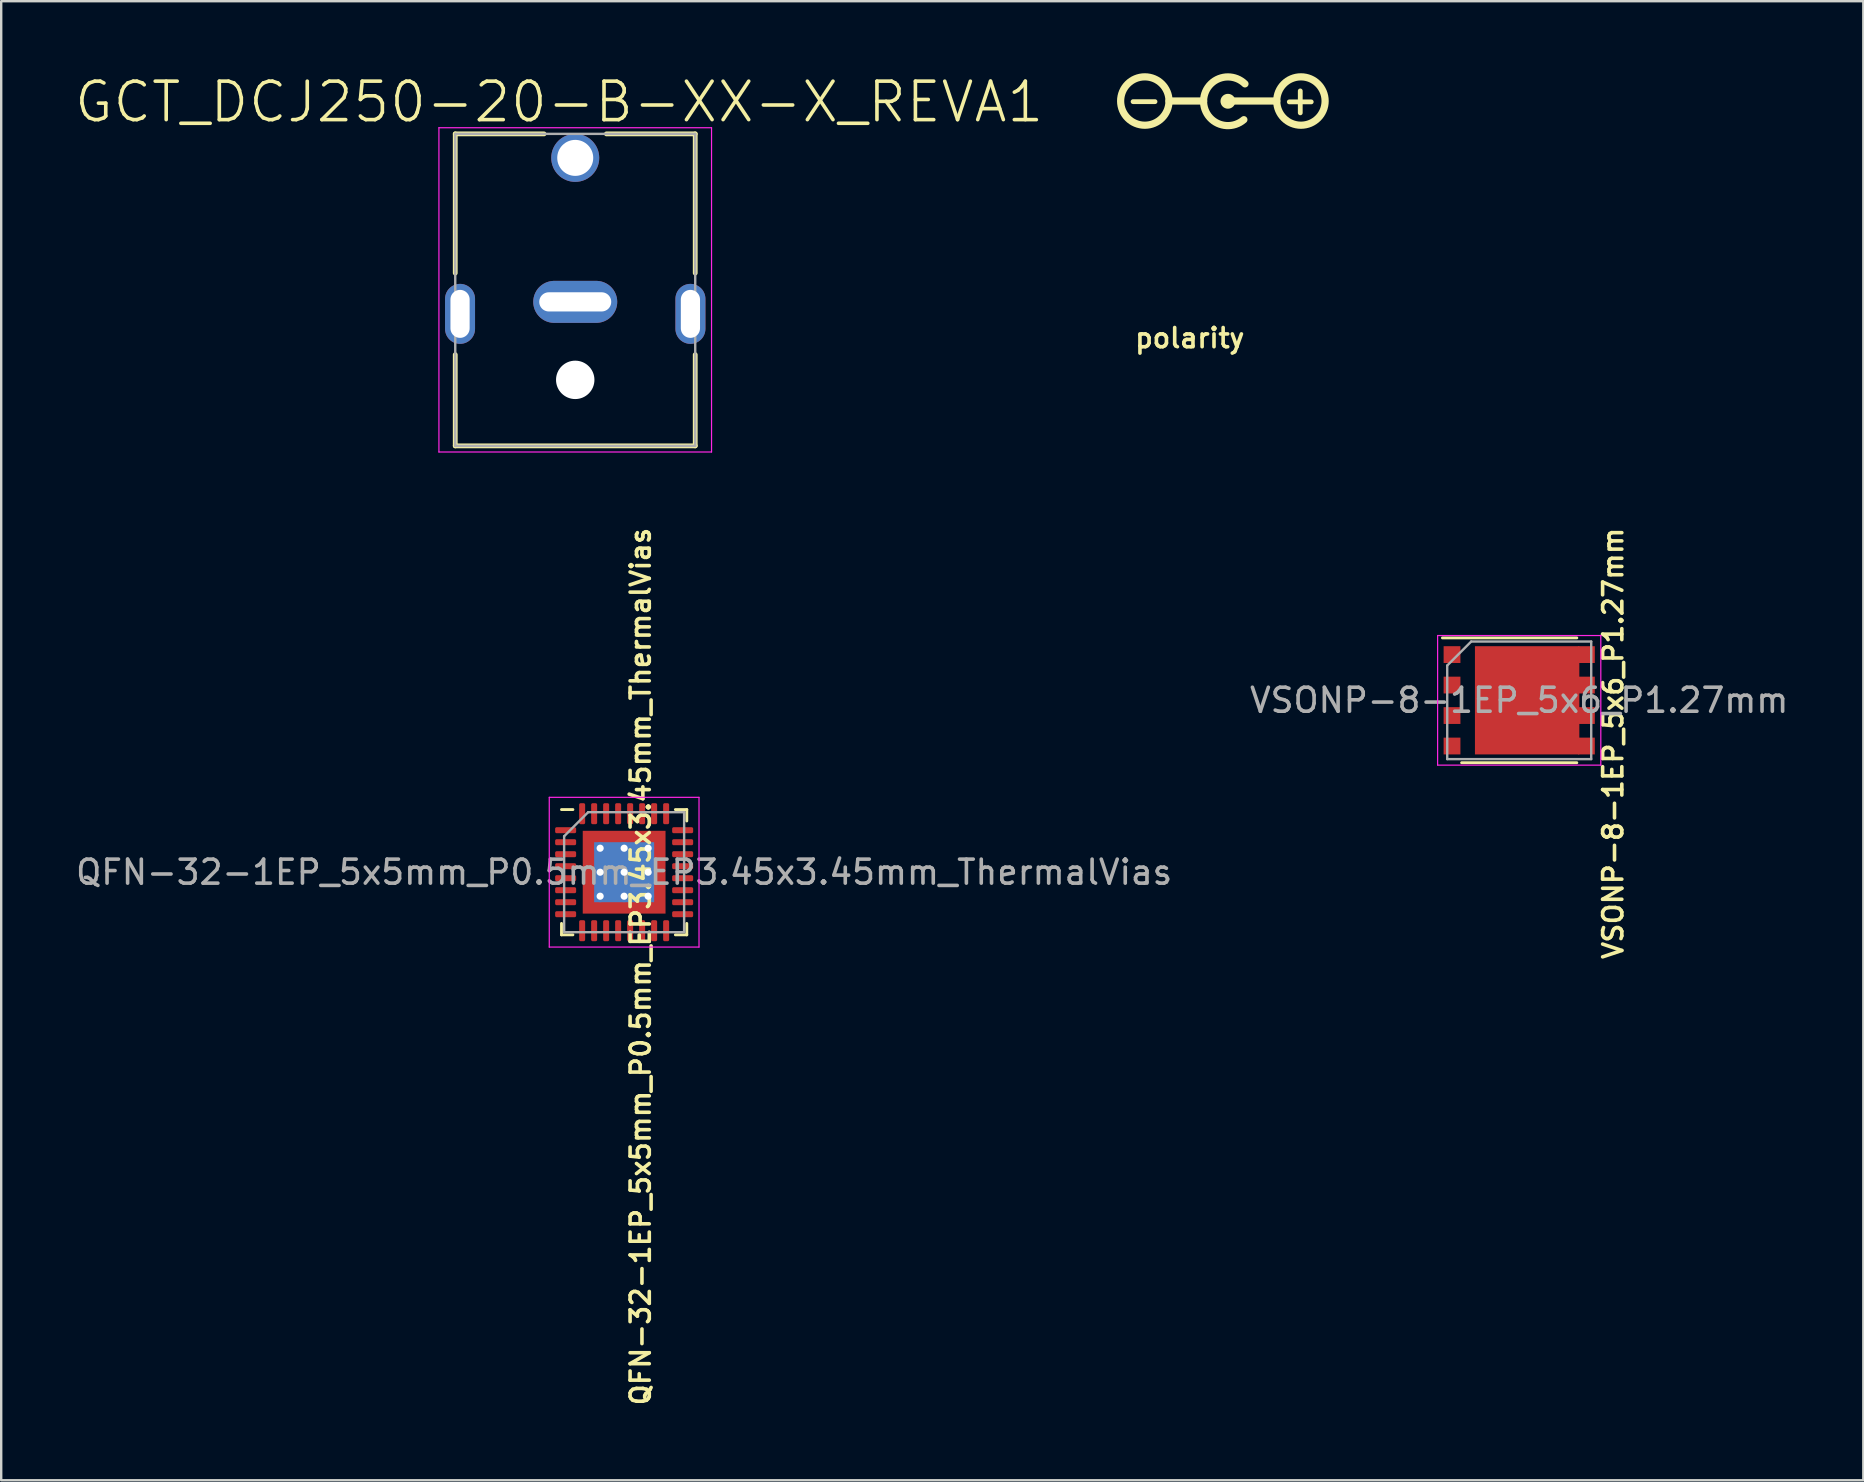
<source format=kicad_pcb>
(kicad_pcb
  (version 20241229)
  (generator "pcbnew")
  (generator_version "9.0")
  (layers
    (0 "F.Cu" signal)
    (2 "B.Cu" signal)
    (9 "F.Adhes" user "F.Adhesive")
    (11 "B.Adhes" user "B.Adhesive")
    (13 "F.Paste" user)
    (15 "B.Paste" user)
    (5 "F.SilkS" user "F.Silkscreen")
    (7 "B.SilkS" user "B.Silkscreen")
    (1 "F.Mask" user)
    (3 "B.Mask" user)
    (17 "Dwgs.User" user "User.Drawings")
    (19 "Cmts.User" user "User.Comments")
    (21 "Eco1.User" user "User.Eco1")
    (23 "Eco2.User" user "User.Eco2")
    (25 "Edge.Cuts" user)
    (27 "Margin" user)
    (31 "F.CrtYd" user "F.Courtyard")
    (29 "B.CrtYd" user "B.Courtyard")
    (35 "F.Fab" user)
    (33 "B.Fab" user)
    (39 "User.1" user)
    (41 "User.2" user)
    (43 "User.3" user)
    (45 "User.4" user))
  (footprint "QFN-32-1EP_5x5mm_P0.5mm_EP3.45x3.45mm_ThermalVias"
    (layer "F.Cu")
    (at 22.958 33.295)
    (property "Reference" "QFN-32-1EP_5x5mm_P0.5mm_EP3.45x3.45mm_ThermalVias" (at 0.685 3.928 90) (layer "F.SilkS") (effects (font (size 0.8 0.8) (thickness 0.15))))
    (attr smd)
    (fp_line (start -2.61 2.61) (end -2.61 2.135) (stroke (width 0.12) (type solid)) (layer "F.SilkS"))
    (fp_line (start -2.135 -2.61) (end -2.61 -2.61) (stroke (width 0.12) (type solid)) (layer "F.SilkS"))
    (fp_line (start -2.135 2.61) (end -2.61 2.61) (stroke (width 0.12) (type solid)) (layer "F.SilkS"))
    (fp_line (start 2.135 -2.61) (end 2.61 -2.61) (stroke (width 0.12) (type solid)) (layer "F.SilkS"))
    (fp_line (start 2.135 2.61) (end 2.61 2.61) (stroke (width 0.12) (type solid)) (layer "F.SilkS"))
    (fp_line (start 2.61 -2.61) (end 2.61 -2.135) (stroke (width 0.12) (type solid)) (layer "F.SilkS"))
    (fp_line (start 2.61 2.61) (end 2.61 2.135) (stroke (width 0.12) (type solid)) (layer "F.SilkS"))
    (fp_line (start -3.12 -3.12) (end -3.12 3.12) (stroke (width 0.05) (type solid)) (layer "F.CrtYd"))
    (fp_line (start -3.12 3.12) (end 3.12 3.12) (stroke (width 0.05) (type solid)) (layer "F.CrtYd"))
    (fp_line (start 3.12 -3.12) (end -3.12 -3.12) (stroke (width 0.05) (type solid)) (layer "F.CrtYd"))
    (fp_line (start 3.12 3.12) (end 3.12 -3.12) (stroke (width 0.05) (type solid)) (layer "F.CrtYd"))
    (fp_line (start -2.5 -1.5) (end -1.5 -2.5) (stroke (width 0.1) (type solid)) (layer "F.Fab"))
    (fp_line (start -2.5 2.5) (end -2.5 -1.5) (stroke (width 0.1) (type solid)) (layer "F.Fab"))
    (fp_line (start -1.5 -2.5) (end 2.5 -2.5) (stroke (width 0.1) (type solid)) (layer "F.Fab"))
    (fp_line (start 2.5 -2.5) (end 2.5 2.5) (stroke (width 0.1) (type solid)) (layer "F.Fab"))
    (fp_line (start 2.5 2.5) (end -2.5 2.5) (stroke (width 0.1) (type solid)) (layer "F.Fab"))
    (fp_text user "${REFERENCE}" (at 0 0 180) (layer "F.Fab") (effects (font (size 1 1) (thickness 0.15))))
    (pad "" smd custom (at -1.363 -1.363) (size 0.484 0.484) (layers "F.Paste") (options (anchor circle)) (primitives (gr_poly (pts (xy 0.192 0.108) (xy 0.108 0.192) (xy -0.192 0.192) (xy -0.192 -0.192) (xy 0.192 -0.192)) (width 0.201) (fill yes))))
    (pad "" smd custom (at -1.363 -0.5) (size 0.503 0.503) (layers "F.Paste") (options (anchor circle)) (primitives (gr_poly (pts (xy 0.21 -0.254) (xy 0.21 0.254) (xy 0.143 0.321) (xy -0.21 0.321) (xy -0.21 -0.321) (xy 0.143 -0.321)) (width 0.164) (fill yes))))
    (pad "" smd custom (at -1.363 0.5) (size 0.503 0.503) (layers "F.Paste") (options (anchor circle)) (primitives (gr_poly (pts (xy 0.21 -0.254) (xy 0.21 0.254) (xy 0.143 0.321) (xy -0.21 0.321) (xy -0.21 -0.321) (xy 0.143 -0.321)) (width 0.164) (fill yes))))
    (pad "" smd custom (at -1.363 1.363) (size 0.484 0.484) (layers "F.Paste") (options (anchor circle)) (primitives (gr_poly (pts (xy 0.192 -0.108) (xy 0.192 0.192) (xy -0.192 0.192) (xy -0.192 -0.192) (xy 0.108 -0.192)) (width 0.201) (fill yes))))
    (pad "" smd custom (at -0.5 -1.363) (size 0.503 0.503) (layers "F.Paste") (options (anchor circle)) (primitives (gr_poly (pts (xy 0.321 0.143) (xy 0.254 0.21) (xy -0.254 0.21) (xy -0.321 0.143) (xy -0.321 -0.21) (xy 0.321 -0.21)) (width 0.164) (fill yes))))
    (pad "" smd roundrect (at -0.5 -0.5) (size 0.806 0.806) (layers "F.Paste") (roundrect_rratio 0.25))
    (pad "" smd roundrect (at -0.5 0.5) (size 0.806 0.806) (layers "F.Paste") (roundrect_rratio 0.25))
    (pad "" smd custom (at -0.5 1.363) (size 0.503 0.503) (layers "F.Paste") (options (anchor circle)) (primitives (gr_poly (pts (xy 0.321 -0.143) (xy 0.321 0.21) (xy -0.321 0.21) (xy -0.321 -0.143) (xy -0.254 -0.21) (xy 0.254 -0.21)) (width 0.164) (fill yes))))
    (pad "" smd custom (at 0.5 -1.363) (size 0.503 0.503) (layers "F.Paste") (options (anchor circle)) (primitives (gr_poly (pts (xy 0.321 0.143) (xy 0.254 0.21) (xy -0.254 0.21) (xy -0.321 0.143) (xy -0.321 -0.21) (xy 0.321 -0.21)) (width 0.164) (fill yes))))
    (pad "" smd roundrect (at 0.5 -0.5) (size 0.806 0.806) (layers "F.Paste") (roundrect_rratio 0.25))
    (pad "" smd roundrect (at 0.5 0.5) (size 0.806 0.806) (layers "F.Paste") (roundrect_rratio 0.25))
    (pad "" smd custom (at 0.5 1.363) (size 0.503 0.503) (layers "F.Paste") (options (anchor circle)) (primitives (gr_poly (pts (xy 0.321 -0.143) (xy 0.321 0.21) (xy -0.321 0.21) (xy -0.321 -0.143) (xy -0.254 -0.21) (xy 0.254 -0.21)) (width 0.164) (fill yes))))
    (pad "" smd custom (at 1.363 -1.363) (size 0.484 0.484) (layers "F.Paste") (options (anchor circle)) (primitives (gr_poly (pts (xy 0.192 0.192) (xy -0.108 0.192) (xy -0.192 0.108) (xy -0.192 -0.192) (xy 0.192 -0.192)) (width 0.201) (fill yes))))
    (pad "" smd custom (at 1.363 -0.5) (size 0.503 0.503) (layers "F.Paste") (options (anchor circle)) (primitives (gr_poly (pts (xy 0.21 0.321) (xy -0.143 0.321) (xy -0.21 0.254) (xy -0.21 -0.254) (xy -0.143 -0.321) (xy 0.21 -0.321)) (width 0.164) (fill yes))))
    (pad "" smd custom (at 1.363 0.5) (size 0.503 0.503) (layers "F.Paste") (options (anchor circle)) (primitives (gr_poly (pts (xy 0.21 0.321) (xy -0.143 0.321) (xy -0.21 0.254) (xy -0.21 -0.254) (xy -0.143 -0.321) (xy 0.21 -0.321)) (width 0.164) (fill yes))))
    (pad "" smd custom (at 1.363 1.363) (size 0.484 0.484) (layers "F.Paste") (options (anchor circle)) (primitives (gr_poly (pts (xy 0.192 0.192) (xy -0.192 0.192) (xy -0.192 -0.108) (xy -0.108 -0.192) (xy 0.192 -0.192)) (width 0.201) (fill yes))))
    (pad "1" smd roundrect (at -2.438 -1.75) (size 0.875 0.25) (layers "F.Cu" "F.Mask" "F.Paste") (roundrect_rratio 0.25))
    (pad "2" smd roundrect (at -2.438 -1.25) (size 0.875 0.25) (layers "F.Cu" "F.Mask" "F.Paste") (roundrect_rratio 0.25))
    (pad "3" smd roundrect (at -2.438 -0.75) (size 0.875 0.25) (layers "F.Cu" "F.Mask" "F.Paste") (roundrect_rratio 0.25))
    (pad "4" smd roundrect (at -2.438 -0.25) (size 0.875 0.25) (layers "F.Cu" "F.Mask" "F.Paste") (roundrect_rratio 0.25))
    (pad "5" smd roundrect (at -2.438 0.25) (size 0.875 0.25) (layers "F.Cu" "F.Mask" "F.Paste") (roundrect_rratio 0.25))
    (pad "6" smd roundrect (at -2.438 0.75) (size 0.875 0.25) (layers "F.Cu" "F.Mask" "F.Paste") (roundrect_rratio 0.25))
    (pad "7" smd roundrect (at -2.438 1.25) (size 0.875 0.25) (layers "F.Cu" "F.Mask" "F.Paste") (roundrect_rratio 0.25))
    (pad "8" smd roundrect (at -2.438 1.75) (size 0.875 0.25) (layers "F.Cu" "F.Mask" "F.Paste") (roundrect_rratio 0.25))
    (pad "9" smd roundrect (at -1.75 2.438) (size 0.25 0.875) (layers "F.Cu" "F.Mask" "F.Paste") (roundrect_rratio 0.25))
    (pad "10" smd roundrect (at -1.25 2.438) (size 0.25 0.875) (layers "F.Cu" "F.Mask" "F.Paste") (roundrect_rratio 0.25))
    (pad "11" smd roundrect (at -0.75 2.438) (size 0.25 0.875) (layers "F.Cu" "F.Mask" "F.Paste") (roundrect_rratio 0.25))
    (pad "12" smd roundrect (at -0.25 2.438) (size 0.25 0.875) (layers "F.Cu" "F.Mask" "F.Paste") (roundrect_rratio 0.25))
    (pad "13" smd roundrect (at 0.25 2.438) (size 0.25 0.875) (layers "F.Cu" "F.Mask" "F.Paste") (roundrect_rratio 0.25))
    (pad "14" smd roundrect (at 0.75 2.438) (size 0.25 0.875) (layers "F.Cu" "F.Mask" "F.Paste") (roundrect_rratio 0.25))
    (pad "15" smd roundrect (at 1.25 2.438) (size 0.25 0.875) (layers "F.Cu" "F.Mask" "F.Paste") (roundrect_rratio 0.25))
    (pad "16" smd roundrect (at 1.75 2.438) (size 0.25 0.875) (layers "F.Cu" "F.Mask" "F.Paste") (roundrect_rratio 0.25))
    (pad "17" smd roundrect (at 2.438 1.75) (size 0.875 0.25) (layers "F.Cu" "F.Mask" "F.Paste") (roundrect_rratio 0.25))
    (pad "18" smd roundrect (at 2.438 1.25) (size 0.875 0.25) (layers "F.Cu" "F.Mask" "F.Paste") (roundrect_rratio 0.25))
    (pad "19" smd roundrect (at 2.438 0.75) (size 0.875 0.25) (layers "F.Cu" "F.Mask" "F.Paste") (roundrect_rratio 0.25))
    (pad "20" smd roundrect (at 2.438 0.25) (size 0.875 0.25) (layers "F.Cu" "F.Mask" "F.Paste") (roundrect_rratio 0.25))
    (pad "21" smd roundrect (at 2.438 -0.25) (size 0.875 0.25) (layers "F.Cu" "F.Mask" "F.Paste") (roundrect_rratio 0.25))
    (pad "22" smd roundrect (at 2.438 -0.75) (size 0.875 0.25) (layers "F.Cu" "F.Mask" "F.Paste") (roundrect_rratio 0.25))
    (pad "23" smd roundrect (at 2.438 -1.25) (size 0.875 0.25) (layers "F.Cu" "F.Mask" "F.Paste") (roundrect_rratio 0.25))
    (pad "24" smd roundrect (at 2.438 -1.75) (size 0.875 0.25) (layers "F.Cu" "F.Mask" "F.Paste") (roundrect_rratio 0.25))
    (pad "25" smd roundrect (at 1.75 -2.438) (size 0.25 0.875) (layers "F.Cu" "F.Mask" "F.Paste") (roundrect_rratio 0.25))
    (pad "26" smd roundrect (at 1.25 -2.438) (size 0.25 0.875) (layers "F.Cu" "F.Mask" "F.Paste") (roundrect_rratio 0.25))
    (pad "27" smd roundrect (at 0.75 -2.438) (size 0.25 0.875) (layers "F.Cu" "F.Mask" "F.Paste") (roundrect_rratio 0.25))
    (pad "28" smd roundrect (at 0.25 -2.438) (size 0.25 0.875) (layers "F.Cu" "F.Mask" "F.Paste") (roundrect_rratio 0.25))
    (pad "29" smd roundrect (at -0.25 -2.438) (size 0.25 0.875) (layers "F.Cu" "F.Mask" "F.Paste") (roundrect_rratio 0.25))
    (pad "30" smd roundrect (at -0.75 -2.438) (size 0.25 0.875) (layers "F.Cu" "F.Mask" "F.Paste") (roundrect_rratio 0.25))
    (pad "31" smd roundrect (at -1.25 -2.438) (size 0.25 0.875) (layers "F.Cu" "F.Mask" "F.Paste") (roundrect_rratio 0.25))
    (pad "32" smd roundrect (at -1.75 -2.438) (size 0.25 0.875) (layers "F.Cu" "F.Mask" "F.Paste") (roundrect_rratio 0.25))
    (pad "33" thru_hole circle (at -1 -1) (size 0.5 0.5) (drill 0.3) (layers "*.Cu"))
    (pad "33" thru_hole circle (at -1 0) (size 0.5 0.5) (drill 0.3) (layers "*.Cu"))
    (pad "33" thru_hole circle (at -1 1) (size 0.5 0.5) (drill 0.3) (layers "*.Cu"))
    (pad "33" thru_hole circle (at 0 -1) (size 0.5 0.5) (drill 0.3) (layers "*.Cu"))
    (pad "33" thru_hole circle (at 0 0) (size 0.5 0.5) (drill 0.3) (layers "*.Cu"))
    (pad "33" smd rect (at 0 0) (size 2.5 2.5) (layers "B.Cu"))
    (pad "33" smd rect (at 0 0) (size 3.45 3.45) (layers "F.Cu" "F.Mask"))
    (pad "33" thru_hole circle (at 0 1) (size 0.5 0.5) (drill 0.3) (layers "*.Cu"))
    (pad "33" thru_hole circle (at 1 -1) (size 0.5 0.5) (drill 0.3) (layers "*.Cu"))
    (pad "33" thru_hole circle (at 1 0) (size 0.5 0.5) (drill 0.3) (layers "*.Cu"))
    (pad "33" thru_hole circle (at 1 1) (size 0.5 0.5) (drill 0.3) (layers "*.Cu")))
  (footprint "GCT_DCJ250-20-B-XX-X_REVA1"
    (layer "F.Cu")
    (at 20.92 9.029)
    (property "Reference" "GCT_DCJ250-20-B-XX-X_REVA1" (at -0.671 -7.828 0) (layer "F.SilkS") (effects (font (size 1.603 1.603) (thickness 0.15))))
    (attr through_hole)
    (fp_line (start -5 -6.5) (end -1.3 -6.5) (stroke (width 0.2) (type solid)) (layer "F.SilkS"))
    (fp_line (start -5 -0.7) (end -5 -6.5) (stroke (width 0.2) (type solid)) (layer "F.SilkS"))
    (fp_line (start -5 2.7) (end -5 6.5) (stroke (width 0.2) (type solid)) (layer "F.SilkS"))
    (fp_line (start -5 6.5) (end 5 6.5) (stroke (width 0.2) (type solid)) (layer "F.SilkS"))
    (fp_line (start 5 -6.5) (end 1.3 -6.5) (stroke (width 0.2) (type solid)) (layer "F.SilkS"))
    (fp_line (start 5 -0.7) (end 5 -6.5) (stroke (width 0.2) (type solid)) (layer "F.SilkS"))
    (fp_line (start 5 6.5) (end 5 2.7) (stroke (width 0.2) (type solid)) (layer "F.SilkS"))
    (fp_line (start -5.68 -6.756) (end 5.68 -6.756) (stroke (width 0.05) (type solid)) (layer "F.CrtYd"))
    (fp_line (start -5.68 6.756) (end -5.68 -6.756) (stroke (width 0.05) (type solid)) (layer "F.CrtYd"))
    (fp_line (start -5.68 6.756) (end 5.68 6.756) (stroke (width 0.05) (type solid)) (layer "F.CrtYd"))
    (fp_line (start 5.68 6.756) (end 5.68 -6.756) (stroke (width 0.05) (type solid)) (layer "F.CrtYd"))
    (fp_line (start -5 -6.5) (end 5 -6.5) (stroke (width 0.1) (type solid)) (layer "F.Fab"))
    (fp_line (start -5 6.5) (end -5 -6.5) (stroke (width 0.1) (type solid)) (layer "F.Fab"))
    (fp_line (start -5 6.5) (end 5 6.5) (stroke (width 0.1) (type solid)) (layer "F.Fab"))
    (fp_line (start 5 6.5) (end 5 -6.5) (stroke (width 0.1) (type solid)) (layer "F.Fab"))
    (pad "" np_thru_hole circle (at 0 3.75) (size 1.6 1.6) (drill 1.6) (layers "*.Cu" "*.Mask"))
    (pad "1" thru_hole circle (at 0 -5.5) (size 2 2) (drill 1.5) (layers "*.Cu" "*.Mask"))
    (pad "2" thru_hole oval (at 0 0.5) (size 3.5 1.75) (drill oval 3 0.8) (layers "*.Cu" "*.Mask"))
    (pad "3_1" thru_hole oval (at -4.8 1) (size 1.25 2.5) (drill oval 0.8 2) (layers "*.Cu" "*.Mask"))
    (pad "3_2" thru_hole oval (at 4.8 1) (size 1.25 2.5) (drill oval 0.8 2) (layers "*.Cu" "*.Mask")))
  (footprint "VSONP-8-1EP_5x6_P1.27mm"
    (layer "F.Cu")
    (at 60.256 26.132)
    (property "Reference" "VSONP-8-1EP_5x6_P1.27mm" (at 3.913 1.795 90) (layer "F.SilkS") (effects (font (size 0.8 0.8) (thickness 0.15))))
    (attr smd)
    (fp_line (start 2.4 -2.6) (end -3.2 -2.6) (stroke (width 0.12) (type solid)) (layer "F.SilkS"))
    (fp_line (start 2.4 2.6) (end -2.4 2.6) (stroke (width 0.12) (type solid)) (layer "F.SilkS"))
    (fp_line (start -3.4 -2.7) (end 3.4 -2.7) (stroke (width 0.05) (type solid)) (layer "F.CrtYd"))
    (fp_line (start -3.4 2.7) (end -3.4 -2.7) (stroke (width 0.05) (type solid)) (layer "F.CrtYd"))
    (fp_line (start 3.4 -2.7) (end 3.4 2.7) (stroke (width 0.05) (type solid)) (layer "F.CrtYd"))
    (fp_line (start 3.4 2.7) (end -3.4 2.7) (stroke (width 0.05) (type solid)) (layer "F.CrtYd"))
    (fp_line (start -3 -1.45) (end -3 2.45) (stroke (width 0.1) (type solid)) (layer "F.Fab"))
    (fp_line (start -2 -2.45) (end -3 -1.45) (stroke (width 0.1) (type solid)) (layer "F.Fab"))
    (fp_line (start -2 -2.45) (end 3 -2.45) (stroke (width 0.1) (type solid)) (layer "F.Fab"))
    (fp_line (start 3 -2.45) (end 3 2.45) (stroke (width 0.1) (type solid)) (layer "F.Fab"))
    (fp_line (start 3 2.45) (end -3 2.45) (stroke (width 0.1) (type solid)) (layer "F.Fab"))
    (fp_text user "${REFERENCE}" (at 0 0 180) (layer "F.Fab") (effects (font (size 1 1) (thickness 0.15))))
    (pad "" smd rect (at -0.797 -1.095) (size 1.235 1.57) (layers "F.Paste"))
    (pad "" smd rect (at -0.797 1.095) (size 1.235 1.57) (layers "F.Paste"))
    (pad "" smd rect (at 1.113 -1.095) (size 1.585 1.57) (layers "F.Paste"))
    (pad "" smd rect (at 1.113 1.095) (size 1.585 1.57) (layers "F.Paste"))
    (pad "1" smd rect (at -2.8 -1.905) (size 0.7 0.7) (layers "F.Cu" "F.Mask" "F.Paste"))
    (pad "1" smd rect (at -2.8 -0.635) (size 0.7 0.7) (layers "F.Cu" "F.Mask" "F.Paste"))
    (pad "1" smd rect (at -2.8 0.635) (size 0.7 0.7) (layers "F.Cu" "F.Mask" "F.Paste"))
    (pad "2" smd rect (at -2.8 1.905) (size 0.7 0.7) (layers "F.Cu" "F.Mask" "F.Paste"))
    (pad "3" smd rect (at 0.33 0) (size 4.35 4.51) (layers "F.Cu" "F.Mask"))
    (pad "3" smd rect (at 2.8 -1.905) (size 0.7 0.7) (layers "F.Cu" "F.Mask" "F.Paste"))
    (pad "3" smd rect (at 2.8 -0.635) (size 0.7 0.7) (layers "F.Cu" "F.Mask" "F.Paste"))
    (pad "3" smd rect (at 2.8 0.635) (size 0.7 0.7) (layers "F.Cu" "F.Mask" "F.Paste"))
    (pad "3" smd rect (at 2.8 1.905) (size 0.7 0.7) (layers "F.Cu" "F.Mask" "F.Paste")))
  (footprint "polarity"
    (layer "F.Cu")
    (at 48.123 1.16)
    (property "Reference" "polarity" (at -1.595 9.875 0) (unlocked yes) (layer "F.SilkS") (effects (font (size 0.8 0.8) (thickness 0.15))))
    (attr smd exclude_from_bom)
    (fp_line (start -1.019 0) (end -2.46 0) (stroke (width 0.3) (type default)) (layer "F.SilkS"))
    (fp_line (start 0 0) (end 2.03 0) (stroke (width 0.3) (type default)) (layer "F.SilkS"))
    (fp_arc (start 0.659031 0.777324) (mid -1.019271 -0.021245) (end 0.705 -0.715) (stroke (width 0.3) (type default)) (layer "F.SilkS"))
    (fp_circle (center -3.468 0) (end -2.46 0) (stroke (width 0.3) (type solid)) (fill no) (layer "F.SilkS"))
    (fp_circle (center -0.005 0.01) (end 0.245 0.01) (stroke (width 0.12) (type solid)) (fill yes) (layer "F.SilkS"))
    (fp_circle (center 3.037 0) (end 4.045 0) (stroke (width 0.3) (type solid)) (fill no) (layer "F.SilkS"))
    (fp_text user "+" (at 2.135 0.65 0) (unlocked yes) (layer "F.SilkS") (effects (font (size 1.2 1.2) (thickness 0.2) (bold yes)) (justify left bottom)))
    (fp_text user "-" (at -4.375 0.64 0) (unlocked yes) (layer "F.SilkS") (effects (font (size 1.2 1.2) (thickness 0.2) (bold yes)) (justify left bottom))))
  (gr_rect
    (start -3 -3)
    (end 74.595 58.634)
    (stroke (width 0.1) (type default))
    (fill no)
    (layer "Edge.Cuts")))
</source>
